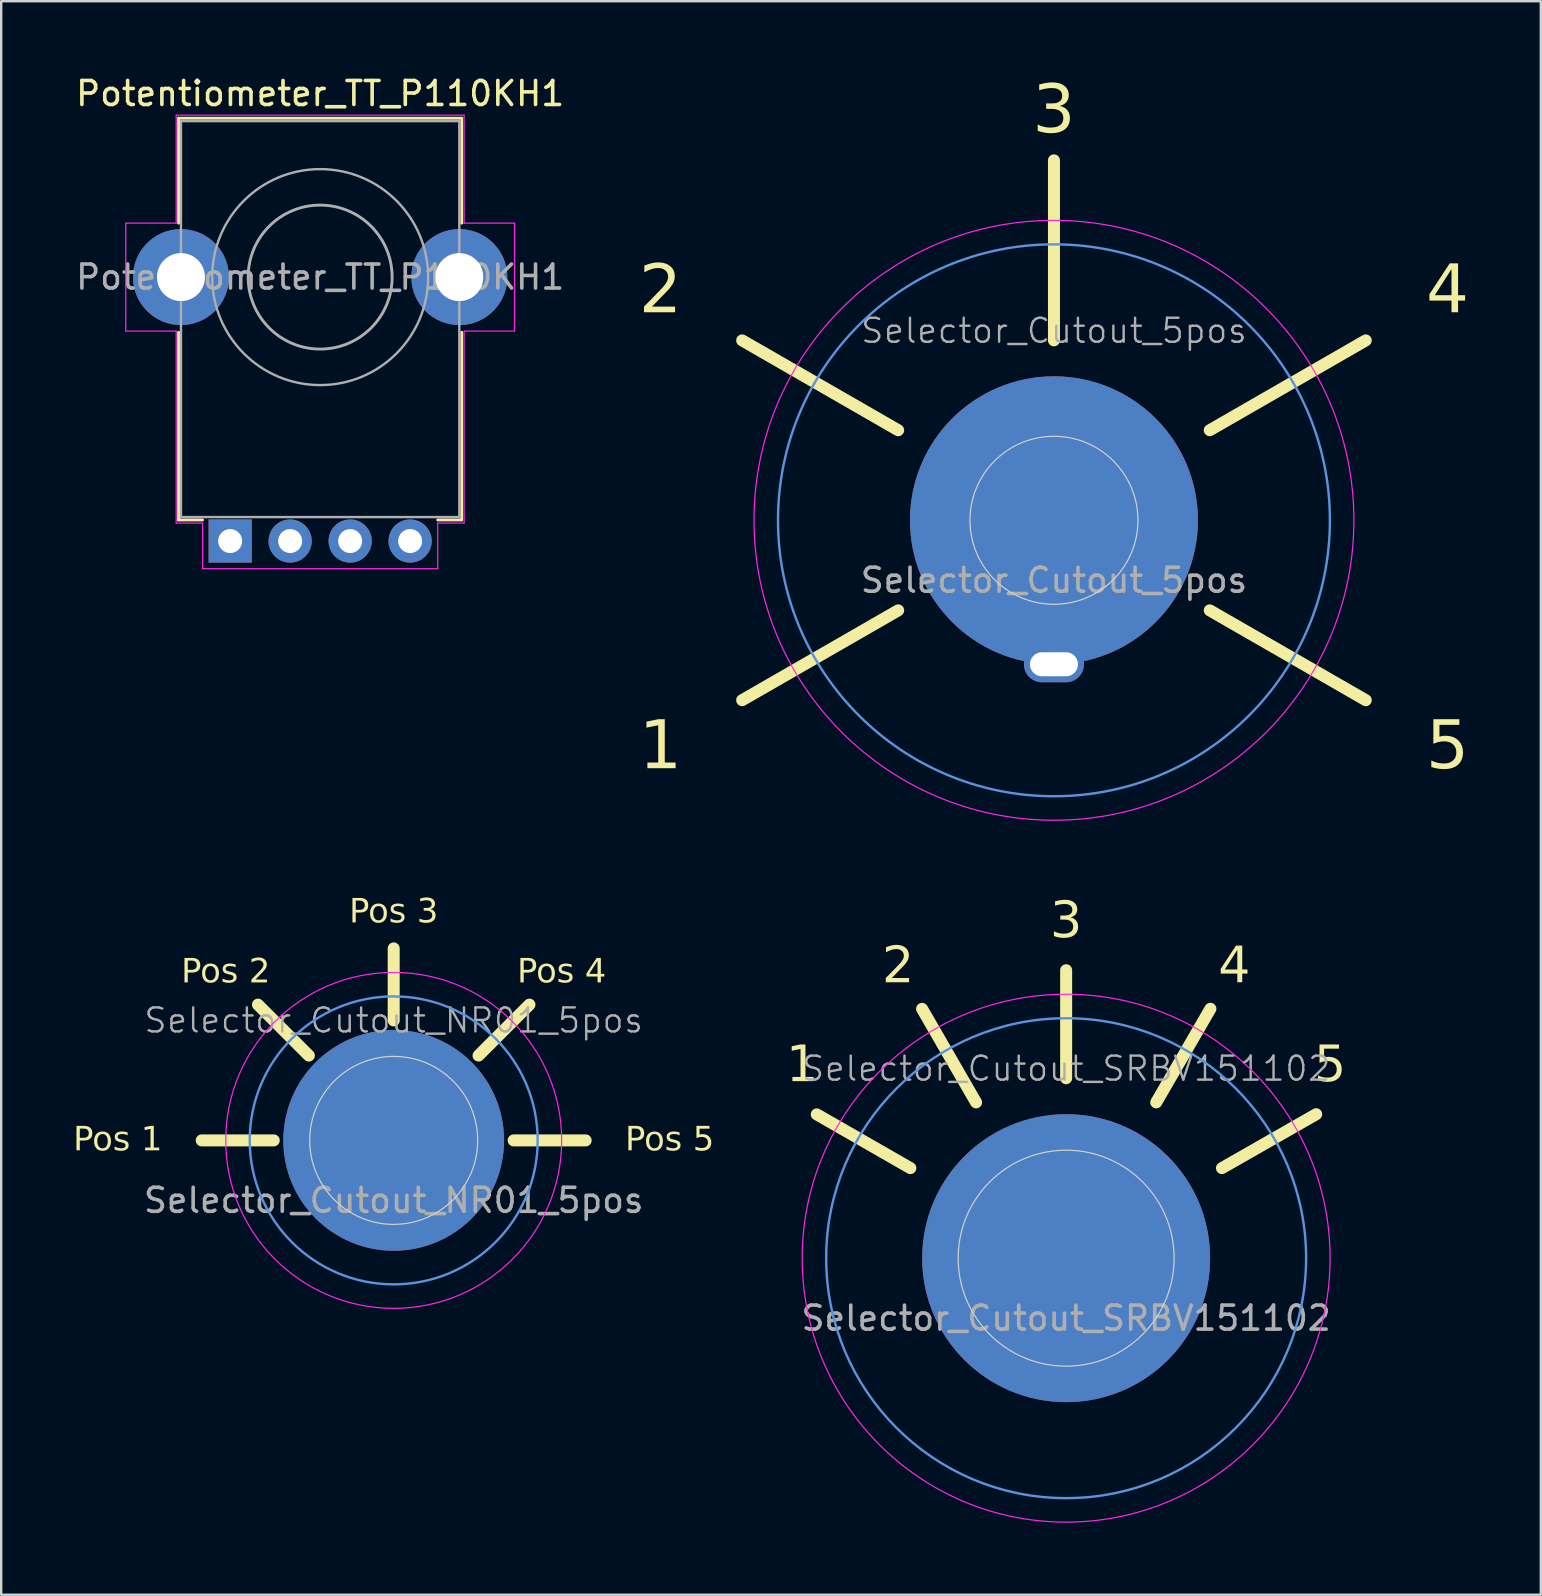
<source format=kicad_pcb>
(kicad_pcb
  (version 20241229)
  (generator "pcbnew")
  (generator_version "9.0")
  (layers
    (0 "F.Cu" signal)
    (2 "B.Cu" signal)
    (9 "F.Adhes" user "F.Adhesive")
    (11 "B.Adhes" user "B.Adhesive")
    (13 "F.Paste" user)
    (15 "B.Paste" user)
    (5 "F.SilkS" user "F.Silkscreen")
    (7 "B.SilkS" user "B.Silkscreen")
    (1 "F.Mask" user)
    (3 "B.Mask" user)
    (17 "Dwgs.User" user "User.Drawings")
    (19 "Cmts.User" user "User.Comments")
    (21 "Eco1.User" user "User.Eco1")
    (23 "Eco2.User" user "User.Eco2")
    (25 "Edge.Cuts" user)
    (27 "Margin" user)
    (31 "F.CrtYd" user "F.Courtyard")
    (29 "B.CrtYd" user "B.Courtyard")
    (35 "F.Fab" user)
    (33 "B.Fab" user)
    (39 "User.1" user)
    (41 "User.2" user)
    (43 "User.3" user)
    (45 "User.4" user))
  (footprint "Selector_Cutout_SRBV151102"
    (layer "F.Cu")
    (at 41.381 49.384)
    (property "Reference" "Selector_Cutout_SRBV151102" (at 0 -7.9 0) (unlocked yes) (layer "F.Fab") (effects (font (size 1 1) (thickness 0.1))))
    (property "Pos2" "2" (at -7.004 -12.122 0) (layer "F.SilkS") (effects (font (face "Nulshock Rg") (size 1.5 1.5) (thickness 0.1))))
    (property "Pos4" "4" (at 7.007 -12.12 0) (layer "F.SilkS") (effects (font (face "Nulshock Rg") (size 1.5 1.5) (thickness 0.1))))
    (property "Pos5" "5" (at 11 -8 0) (layer "F.SilkS") (effects (font (face "Nulshock Rg") (size 1.5 1.5) (thickness 0.1))))
    (property "Pos3" "3" (at 0 -14 0) (layer "F.SilkS") (effects (font (face "Nulshock Rg") (size 1.5 1.5) (thickness 0.1))))
    (property "Pos1" "1" (at -11 -8 0) (layer "F.SilkS") (effects (font (face "Nulshock Rg") (size 1.5 1.5) (thickness 0.1))))
    (attr through_hole)
    (fp_line (start -6.493 -3.754) (end -10.392 -5.992) (stroke (width 0.5) (type default)) (layer "F.SilkS"))
    (fp_line (start -3.754 -6.493) (end -6.004 -10.39) (stroke (width 0.5) (type default)) (layer "F.SilkS"))
    (fp_line (start 0 -7.5) (end 0 -12) (stroke (width 0.5) (type default)) (layer "F.SilkS"))
    (fp_line (start 3.754 -6.493) (end 6.012 -10.393) (stroke (width 0.5) (type default)) (layer "F.SilkS"))
    (fp_line (start 6.493 -3.754) (end 10.42 -5.999) (stroke (width 0.5) (type default)) (layer "F.SilkS"))
    (fp_circle (center 0 0) (end 10 0) (stroke (width 0.1) (type default)) (fill no) (layer "Cmts.User"))
    (fp_circle (center 0 0) (end 4.5 0) (stroke (width 0.05) (type default)) (fill no) (layer "Edge.Cuts"))
    (fp_circle (center 0 0) (end 11 0) (stroke (width 0.05) (type default)) (fill no) (layer "F.CrtYd"))
    (fp_text user "${REFERENCE}" (at 0 2.5 0) (unlocked yes) (layer "F.Fab") (effects (font (size 1 1) (thickness 0.15))))
    (pad "1" connect circle (at 0 0) (size 12 12) (layers "F.Cu" "F.Mask"))
    (pad "1" connect circle (at 0 0) (size 12 12) (layers "B.Cu" "B.Mask")))
  (footprint "Potentiometer_TT_P110KH1"
    (layer "F.Cu")
    (at 7.792 19.498)
    (property "Reference" "Potentiometer_TT_P110KH1" (at 2.5 -18.65 0) (layer "F.SilkS") (effects (font (size 1 1) (thickness 0.15))))
    (attr through_hole)
    (fp_line (start -3.4 -17.62) (end -3.4 -13.25) (stroke (width 0.12) (type solid)) (layer "F.SilkS"))
    (fp_line (start -3.4 -8.7) (end -3.4 -0.88) (stroke (width 0.12) (type solid)) (layer "F.SilkS"))
    (fp_line (start -2.4 -0.88) (end -3.4 -0.88) (stroke (width 0.12) (type solid)) (layer "F.SilkS"))
    (fp_line (start 8.4 -17.62) (end -3.4 -17.62) (stroke (width 0.12) (type solid)) (layer "F.SilkS"))
    (fp_line (start 8.4 -17.62) (end 8.4 -13.25) (stroke (width 0.12) (type solid)) (layer "F.SilkS"))
    (fp_line (start 8.4 -8.7) (end 8.4 -0.88) (stroke (width 0.12) (type solid)) (layer "F.SilkS"))
    (fp_line (start 8.4 -0.88) (end 7.4 -0.88) (stroke (width 0.12) (type solid)) (layer "F.SilkS"))
    (fp_line (start -5.6 -8.75) (end -5.6 -13.25) (stroke (width 0.05) (type solid)) (layer "F.CrtYd"))
    (fp_line (start -3.5 -17.75) (end 8.5 -17.75) (stroke (width 0.05) (type solid)) (layer "F.CrtYd"))
    (fp_line (start -3.5 -13.25) (end -5.6 -13.25) (stroke (width 0.05) (type solid)) (layer "F.CrtYd"))
    (fp_line (start -3.5 -13.25) (end -3.5 -17.75) (stroke (width 0.05) (type solid)) (layer "F.CrtYd"))
    (fp_line (start -3.5 -8.75) (end -5.6 -8.75) (stroke (width 0.05) (type solid)) (layer "F.CrtYd"))
    (fp_line (start -3.5 -0.75) (end -3.5 -8.75) (stroke (width 0.05) (type solid)) (layer "F.CrtYd"))
    (fp_line (start -2.4 -0.75) (end -3.5 -0.75) (stroke (width 0.05) (type solid)) (layer "F.CrtYd"))
    (fp_line (start -2.4 1.15) (end -2.4 -0.75) (stroke (width 0.05) (type solid)) (layer "F.CrtYd"))
    (fp_line (start 7.4 1.15) (end -2.4 1.15) (stroke (width 0.05) (type solid)) (layer "F.CrtYd"))
    (fp_line (start 7.4 1.15) (end 7.4 -0.75) (stroke (width 0.05) (type solid)) (layer "F.CrtYd"))
    (fp_line (start 8.5 -13.25) (end 8.5 -17.75) (stroke (width 0.05) (type solid)) (layer "F.CrtYd"))
    (fp_line (start 8.5 -0.75) (end 7.4 -0.75) (stroke (width 0.05) (type solid)) (layer "F.CrtYd"))
    (fp_line (start 8.5 -0.75) (end 8.5 -8.75) (stroke (width 0.05) (type solid)) (layer "F.CrtYd"))
    (fp_line (start 10.6 -13.25) (end 8.5 -13.25) (stroke (width 0.05) (type solid)) (layer "F.CrtYd"))
    (fp_line (start 10.6 -8.75) (end 8.5 -8.75) (stroke (width 0.05) (type solid)) (layer "F.CrtYd"))
    (fp_line (start 10.6 -8.75) (end 10.6 -13.25) (stroke (width 0.05) (type solid)) (layer "F.CrtYd"))
    (fp_line (start -3.3 -17.5) (end 8.3 -17.5) (stroke (width 0.1) (type solid)) (layer "F.Fab"))
    (fp_line (start -3.3 -1) (end -3.3 -17.5) (stroke (width 0.1) (type solid)) (layer "F.Fab"))
    (fp_line (start 8.3 -17.5) (end 8.3 -1) (stroke (width 0.1) (type solid)) (layer "F.Fab"))
    (fp_line (start 8.3 -1) (end -3.3 -1) (stroke (width 0.1) (type solid)) (layer "F.Fab"))
    (fp_circle (center 2.5 -11) (end 5.5 -11) (stroke (width 0.12) (type solid)) (fill no) (layer "F.Fab"))
    (fp_circle (center 2.5 -11) (end 7 -11) (stroke (width 0.1) (type default)) (fill no) (layer "F.Fab"))
    (fp_text user "${REFERENCE}" (at 2.5 -11 0) (layer "F.Fab") (effects (font (size 1 1) (thickness 0.15))))
    (pad "" thru_hole oval (at -3.3 -11) (size 4 4) (drill 2) (layers "*.Cu" "*.Mask"))
    (pad "" thru_hole oval (at 8.3 -11) (size 4 4) (drill 2) (layers "*.Cu" "*.Mask"))
    (pad "1" thru_hole rect (at -1.25 0) (size 1.8 1.8) (drill 1) (layers "*.Cu" "*.Mask"))
    (pad "2" thru_hole circle (at 1.25 0) (size 1.8 1.8) (drill 1) (layers "*.Cu" "*.Mask"))
    (pad "3" thru_hole circle (at 3.75 0) (size 1.8 1.8) (drill 1) (layers "*.Cu" "*.Mask"))
    (pad "Dummy" thru_hole circle (at 6.25 0) (size 1.8 1.8) (drill 1) (layers "*.Cu" "*.Mask")))
  (footprint "Selector_Cutout_5pos"
    (layer "F.Cu")
    (at 40.873 18.633)
    (property "Reference" "Selector_Cutout_5pos" (at 0 -7.9 0) (unlocked yes) (layer "F.Fab") (effects (font (size 1 1) (thickness 0.1))))
    (property "Option 1" "1" (at -16.4 9.5 0) (layer "F.SilkS") (effects (font (face "Nulshock Rg") (size 2 2) (thickness 0.15))))
    (property "Option 2" "2" (at -16.4 -9.5 0) (layer "F.SilkS") (effects (font (face "Nulshock Rg") (size 2 2) (thickness 0.15))))
    (property "Option 3" "3" (at 0 -17 0) (layer "F.SilkS") (effects (font (face "Nulshock Rg") (size 2 2) (thickness 0.15))))
    (property "Option 4" "4" (at 16.4 -9.5 0) (layer "F.SilkS") (effects (font (face "Nulshock Rg") (size 2 2) (thickness 0.15))))
    (property "Option 5" "5" (at 16.4 9.5 0) (layer "F.SilkS") (effects (font (face "Nulshock Rg") (size 2 2) (thickness 0.15))))
    (attr through_hole)
    (fp_line (start -6.493 -3.754) (end -12.993 -7.496) (stroke (width 0.5) (type default)) (layer "F.SilkS"))
    (fp_line (start -6.493 3.754) (end -12.993 7.496) (stroke (width 0.5) (type default)) (layer "F.SilkS"))
    (fp_line (start 0 -7.5) (end 0 -15) (stroke (width 0.5) (type default)) (layer "F.SilkS"))
    (fp_line (start 6.493 -3.754) (end 12.993 -7.496) (stroke (width 0.5) (type default)) (layer "F.SilkS"))
    (fp_line (start 6.493 3.754) (end 12.993 7.496) (stroke (width 0.5) (type default)) (layer "F.SilkS"))
    (fp_circle (center 0 0) (end 11.5 0) (stroke (width 0.1) (type default)) (fill no) (layer "Cmts.User"))
    (fp_circle (center 0 0) (end 0 3.5) (stroke (width 0.05) (type default)) (fill no) (layer "Edge.Cuts"))
    (fp_circle (center 0 0) (end 12.5 0) (stroke (width 0.05) (type default)) (fill no) (layer "F.CrtYd"))
    (fp_text user "${REFERENCE}" (at 0 2.5 0) (unlocked yes) (layer "F.Fab") (effects (font (size 1 1) (thickness 0.15))))
    (pad "1" connect circle (at 0 0) (size 12 12) (layers "F.Cu" "F.Mask"))
    (pad "1" connect circle (at 0 0) (size 12 12) (layers "B.Cu" "B.Mask"))
    (pad "1" thru_hole oval (at 0 6) (size 2.5 1.5) (drill oval 2 1) (layers "*.Cu" "*.Mask")))
  (footprint "Selector_Cutout_NR01_5pos"
    (layer "F.Cu")
    (at 13.357 44.475)
    (property "Reference" "Selector_Cutout_NR01_5pos" (at 0 -5 0) (unlocked yes) (layer "F.Fab") (effects (font (size 1 1) (thickness 0.1))))
    (property "Pos1" "Pos 1" (at -11.5 0 0) (layer "F.SilkS") (effects (font (face "Nulshock Rg") (size 1 1) (thickness 0.1))))
    (property "Pos2" "Pos 2" (at -7 -7 0) (layer "F.SilkS") (effects (font (face "Nulshock Rg") (size 1 1) (thickness 0.1))))
    (property "Pos3" "Pos 3" (at 0 -9.5 0) (layer "F.SilkS") (effects (font (face "Nulshock Rg") (size 1 1) (thickness 0.1))))
    (property "Pos4" "Pos 4" (at 7 -7 0) (layer "F.SilkS") (effects (font (face "Nulshock Rg") (size 1 1) (thickness 0.1))))
    (property "Pos5" "Pos 5" (at 11.5 0 0) (layer "F.SilkS") (effects (font (face "Nulshock Rg") (size 1 1) (thickness 0.1))))
    (attr through_hole)
    (fp_line (start -5 0) (end -8 0) (stroke (width 0.5) (type default)) (layer "F.SilkS"))
    (fp_line (start -3.536 -3.536) (end -5.657 -5.657) (stroke (width 0.5) (type default)) (layer "F.SilkS"))
    (fp_line (start 0 -5) (end 0 -8) (stroke (width 0.5) (type default)) (layer "F.SilkS"))
    (fp_line (start 3.536 -3.536) (end 5.657 -5.657) (stroke (width 0.5) (type default)) (layer "F.SilkS"))
    (fp_line (start 5 0) (end 8 0) (stroke (width 0.5) (type default)) (layer "F.SilkS"))
    (fp_circle (center 0 0) (end 6 0) (stroke (width 0.1) (type default)) (fill no) (layer "Cmts.User"))
    (fp_circle (center 0 0) (end 0 3.5) (stroke (width 0.05) (type default)) (fill no) (layer "Edge.Cuts"))
    (fp_circle (center 0 0) (end 7 0) (stroke (width 0.05) (type default)) (fill no) (layer "F.CrtYd"))
    (fp_text user "${REFERENCE}" (at 0 2.5 0) (unlocked yes) (layer "F.Fab") (effects (font (size 1 1) (thickness 0.15))))
    (pad "1" connect circle (at 0 0) (size 9.2 9.2) (layers "F.Cu" "F.Mask"))
    (pad "1" connect circle (at 0 0) (size 9.2 9.2) (layers "B.Cu" "B.Mask")))
  (gr_rect
    (start -3 -3)
    (end 61.163 63.409)
    (stroke (width 0.1) (type default))
    (fill no)
    (layer "Edge.Cuts")))
</source>
